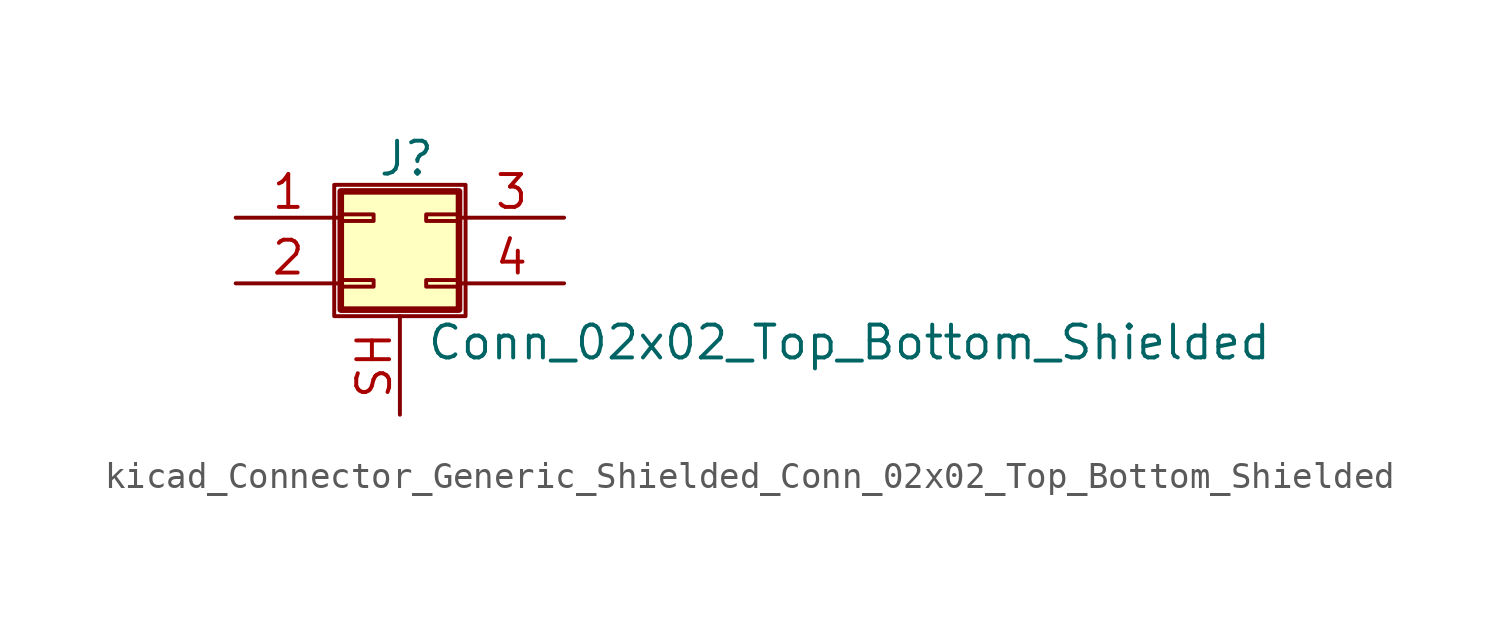
<source format=kicad_sym>
(kicad_symbol_lib
  (version 20220914)
  (generator kicad_symbol_editor)
  (symbol "kicad_Connector_Generic_Shielded_Conn_02x02_Top_Bottom_Shielded"
    (pin_names
      (offset 1.016) hide)
    (property "Reference" "J"
      (at 1.524 2.286 0)
      (effects (font (size 1.27 1.27))))
    (property "Value" "Conn_02x02_Top_Bottom_Shielded"
      (at 2.286 -4.826 0)
      (effects (font (size 1.27 1.27)) (justify left)))
    (symbol "kicad_Connector_Generic_Shielded_Conn_02x02_Top_Bottom_Shielded_1_1"
      (rectangle (start -1.27 1.27) (end 3.81 -3.81) (stroke (width 0.152) (type default)) (fill (type none)))
      (rectangle (start -1.016 -2.413) (end 0.254 -2.667) (stroke (width 0.152) (type default)) (fill (type none)))
      (rectangle (start -1.016 0.127) (end 0.254 -0.127) (stroke (width 0.152) (type default)) (fill (type none)))
      (rectangle (start -1.016 1.016) (end 3.556 -3.556) (stroke (width 0.254) (type default)) (fill (type background)))
      (rectangle (start 3.556 -2.413) (end 2.286 -2.667) (stroke (width 0.152) (type default)) (fill (type none)))
      (rectangle (start 3.556 0.127) (end 2.286 -0.127) (stroke (width 0.152) (type default)) (fill (type none)))
      (pin passive line (at -5.08 0 0) (length 4.064) (name "Pin_1" (effects (font (size 1.27 1.27)))) (number "1" (effects (font (size 1.27 1.27)))))
      (pin passive line (at -5.08 -2.54 0) (length 4.064) (name "Pin_2" (effects (font (size 1.27 1.27)))) (number "2" (effects (font (size 1.27 1.27)))))
      (pin passive line (at 7.62 0 180) (length 4.064) (name "Pin_3" (effects (font (size 1.27 1.27)))) (number "3" (effects (font (size 1.27 1.27)))))
      (pin passive line (at 7.62 -2.54 180) (length 4.064) (name "Pin_4" (effects (font (size 1.27 1.27)))) (number "4" (effects (font (size 1.27 1.27)))))
      (pin passive line (at 1.27 -7.62 90) (length 3.81) (name "Shield" (effects (font (size 1.27 1.27)))) (number "SH" (effects (font (size 1.27 1.27))))))))
</source>
